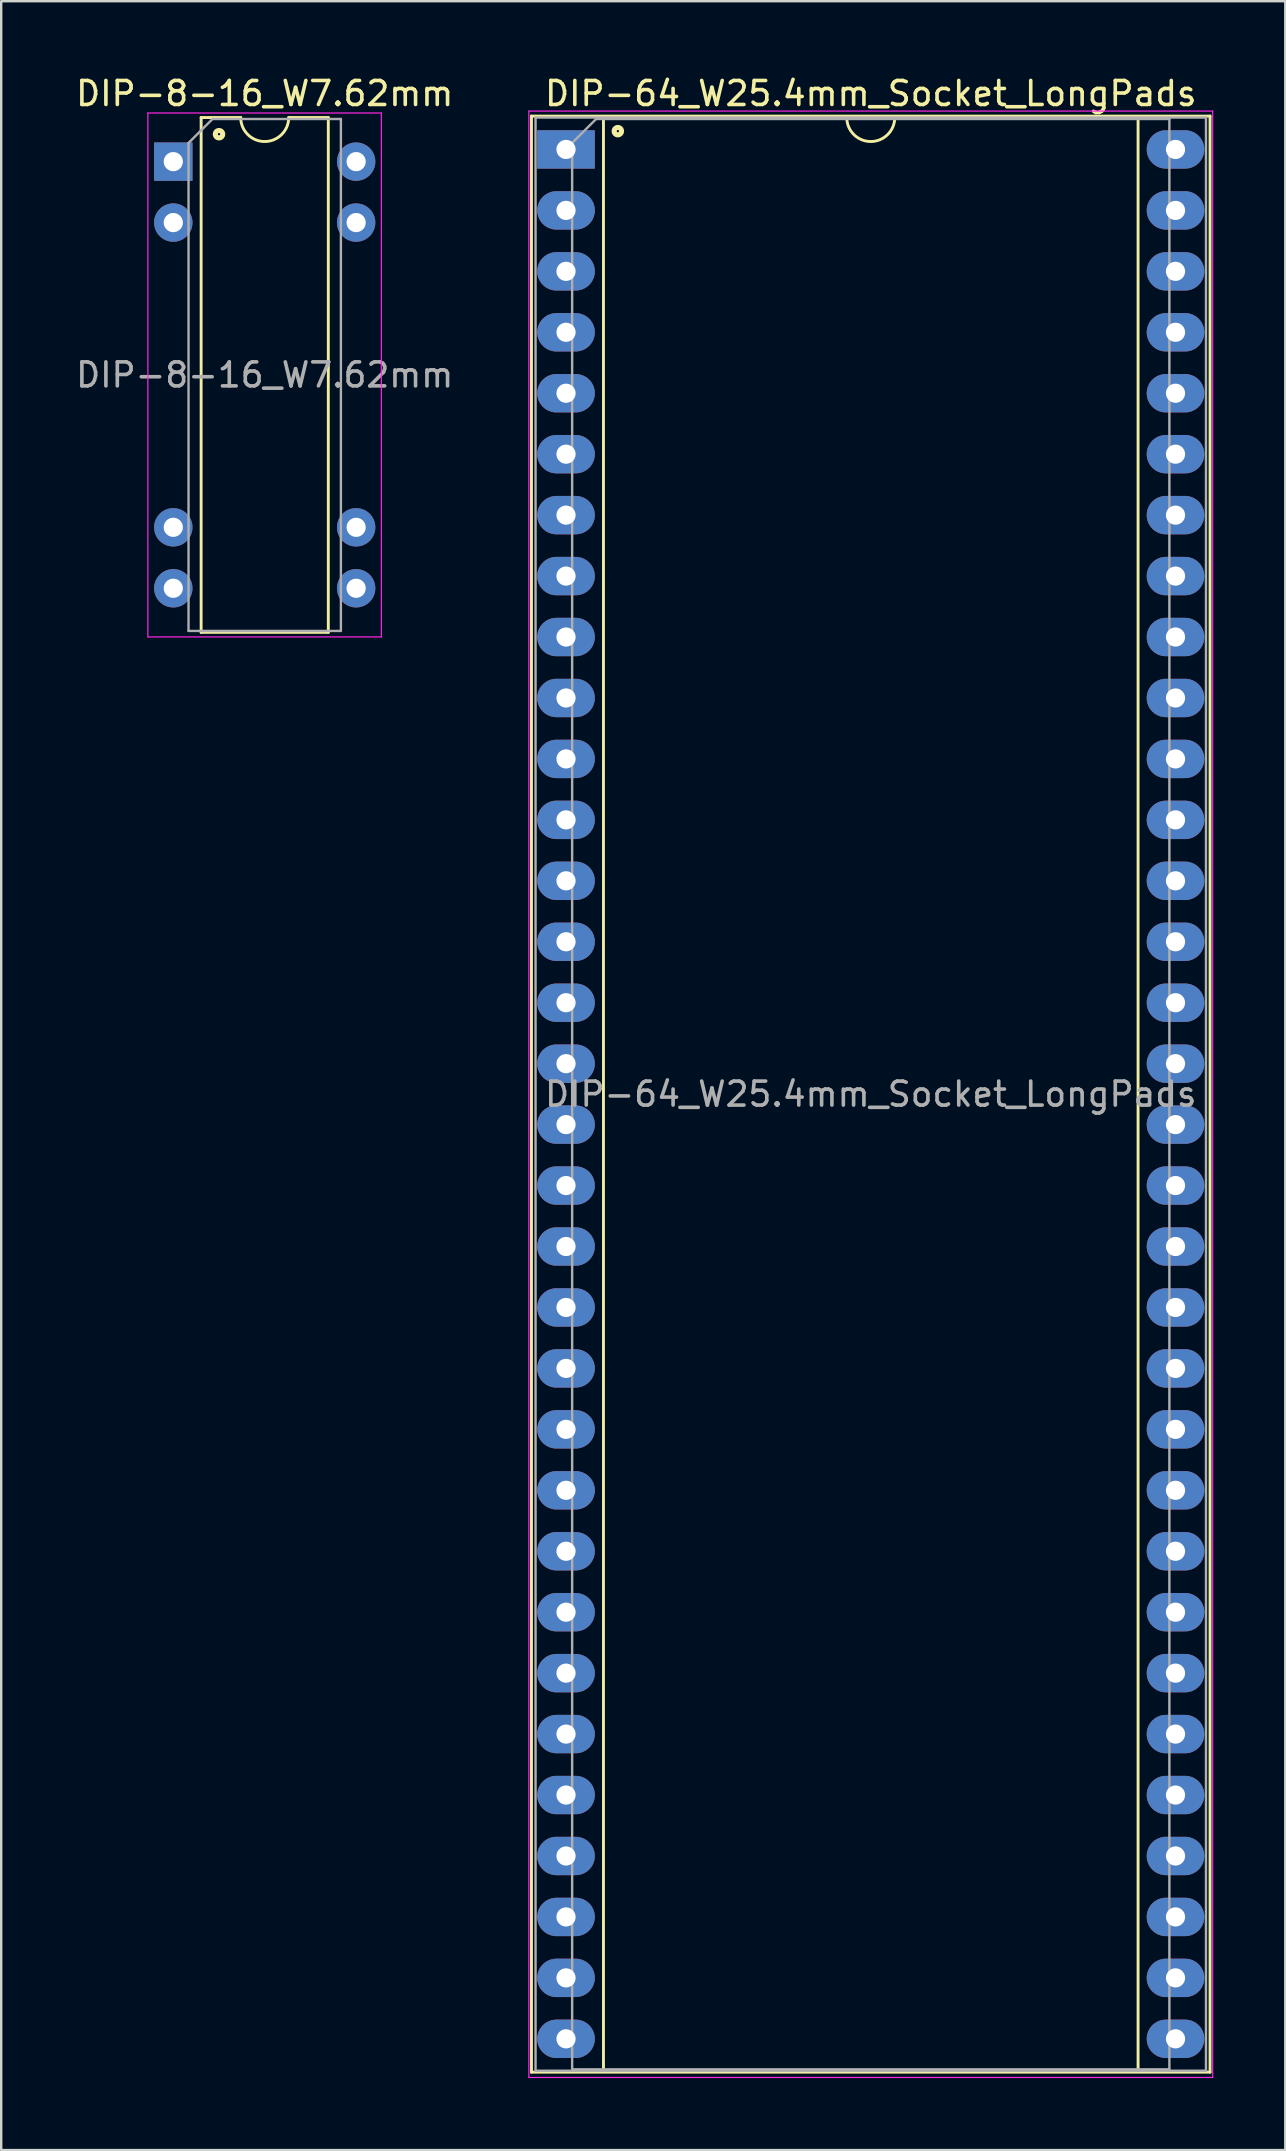
<source format=kicad_pcb>
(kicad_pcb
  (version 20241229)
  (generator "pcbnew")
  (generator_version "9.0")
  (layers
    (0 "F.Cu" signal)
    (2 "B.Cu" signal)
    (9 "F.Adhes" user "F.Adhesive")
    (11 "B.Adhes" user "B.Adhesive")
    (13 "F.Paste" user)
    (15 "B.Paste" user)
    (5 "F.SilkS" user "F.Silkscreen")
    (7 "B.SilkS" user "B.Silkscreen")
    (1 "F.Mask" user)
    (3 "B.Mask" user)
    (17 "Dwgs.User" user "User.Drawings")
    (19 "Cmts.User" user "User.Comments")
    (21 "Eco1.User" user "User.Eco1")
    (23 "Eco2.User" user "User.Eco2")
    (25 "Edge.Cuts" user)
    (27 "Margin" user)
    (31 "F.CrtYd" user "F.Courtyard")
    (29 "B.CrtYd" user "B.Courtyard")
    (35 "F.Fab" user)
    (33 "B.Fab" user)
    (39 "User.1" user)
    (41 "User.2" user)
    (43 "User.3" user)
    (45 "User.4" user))
  (footprint "DIP-8-16_W7.62mm"
    (layer "F.Cu")
    (at 4.172 3.686)
    (property "Reference" "DIP-8-16_W7.62mm" (at 3.81 -2.838 0) (layer "F.SilkS") (effects (font (size 1 1) (thickness 0.15))))
    (attr through_hole)
    (fp_line (start 1.16 -1.838) (end 1.16 19.618) (stroke (width 0.12) (type solid)) (layer "F.SilkS"))
    (fp_line (start 1.16 19.618) (end 6.46 19.618) (stroke (width 0.12) (type solid)) (layer "F.SilkS"))
    (fp_line (start 2.81 -1.838) (end 1.16 -1.838) (stroke (width 0.12) (type solid)) (layer "F.SilkS"))
    (fp_line (start 6.46 -1.838) (end 4.81 -1.838) (stroke (width 0.12) (type solid)) (layer "F.SilkS"))
    (fp_line (start 6.46 19.618) (end 6.46 -1.838) (stroke (width 0.12) (type solid)) (layer "F.SilkS"))
    (fp_arc (start 4.81 -1.838) (mid 3.81 -0.838) (end 2.81 -1.838) (stroke (width 0.12) (type solid)) (layer "F.SilkS"))
    (fp_circle (center 1.905 -1.143) (end 1.955 -1.143) (stroke (width 0.12) (type solid)) (fill no) (layer "F.SilkS"))
    (fp_circle (center 1.905 -1.143) (end 2.03 -1.143) (stroke (width 0.12) (type solid)) (fill no) (layer "F.SilkS"))
    (fp_circle (center 1.905 -1.143) (end 2.105 -1.143) (stroke (width 0.12) (type solid)) (fill no) (layer "F.SilkS"))
    (fp_line (start -1.06 -2.028) (end -1.06 19.808) (stroke (width 0.05) (type solid)) (layer "F.CrtYd"))
    (fp_line (start -1.06 19.808) (end 8.67 19.808) (stroke (width 0.05) (type solid)) (layer "F.CrtYd"))
    (fp_line (start 8.67 -2.028) (end -1.06 -2.028) (stroke (width 0.05) (type solid)) (layer "F.CrtYd"))
    (fp_line (start 8.67 19.808) (end 8.67 -2.028) (stroke (width 0.05) (type solid)) (layer "F.CrtYd"))
    (fp_line (start 0.635 -0.778) (end 1.635 -1.778) (stroke (width 0.1) (type solid)) (layer "F.Fab"))
    (fp_line (start 0.635 19.558) (end 0.635 -0.778) (stroke (width 0.1) (type solid)) (layer "F.Fab"))
    (fp_line (start 1.635 -1.778) (end 6.985 -1.778) (stroke (width 0.1) (type solid)) (layer "F.Fab"))
    (fp_line (start 6.985 -1.778) (end 6.985 19.558) (stroke (width 0.1) (type solid)) (layer "F.Fab"))
    (fp_line (start 6.985 19.558) (end 0.635 19.558) (stroke (width 0.1) (type solid)) (layer "F.Fab"))
    (fp_text user "${REFERENCE}" (at 3.81 8.89 0) (layer "F.Fab") (effects (font (size 1 1) (thickness 0.15))))
    (pad "1" thru_hole rect (at 0 0) (size 1.6 1.6) (drill 0.8) (layers "*.Cu" "*.Mask"))
    (pad "2" thru_hole circle (at 0 2.54) (size 1.6 1.6) (drill 0.8) (layers "*.Cu" "*.Mask"))
    (pad "3" thru_hole circle (at 0 15.24) (size 1.6 1.6) (drill 0.8) (layers "*.Cu" "*.Mask"))
    (pad "4" thru_hole circle (at 0 17.78) (size 1.6 1.6) (drill 0.8) (layers "*.Cu" "*.Mask"))
    (pad "5" thru_hole circle (at 7.62 17.78) (size 1.6 1.6) (drill 0.8) (layers "*.Cu" "*.Mask"))
    (pad "6" thru_hole circle (at 7.62 15.24) (size 1.6 1.6) (drill 0.8) (layers "*.Cu" "*.Mask"))
    (pad "7" thru_hole circle (at 7.62 2.54) (size 1.6 1.6) (drill 0.8) (layers "*.Cu" "*.Mask"))
    (pad "8" thru_hole circle (at 7.62 0) (size 1.6 1.6) (drill 0.8) (layers "*.Cu" "*.Mask")))
  (footprint "DIP-64_W25.4mm_Socket_LongPads"
    (layer "F.Cu")
    (at 20.539 3.178)
    (property "Reference" "DIP-64_W25.4mm_Socket_LongPads" (at 12.7 -2.33 0) (layer "F.SilkS") (effects (font (size 1 1) (thickness 0.15))))
    (attr through_hole)
    (fp_line (start -1.44 -1.39) (end -1.44 80.13) (stroke (width 0.12) (type solid)) (layer "F.SilkS"))
    (fp_line (start -1.44 80.13) (end 26.84 80.13) (stroke (width 0.12) (type solid)) (layer "F.SilkS"))
    (fp_line (start 1.56 -1.33) (end 1.56 80.07) (stroke (width 0.12) (type solid)) (layer "F.SilkS"))
    (fp_line (start 1.56 80.07) (end 23.84 80.07) (stroke (width 0.12) (type solid)) (layer "F.SilkS"))
    (fp_line (start 11.7 -1.33) (end 1.56 -1.33) (stroke (width 0.12) (type solid)) (layer "F.SilkS"))
    (fp_line (start 23.84 -1.33) (end 13.7 -1.33) (stroke (width 0.12) (type solid)) (layer "F.SilkS"))
    (fp_line (start 23.84 80.07) (end 23.84 -1.33) (stroke (width 0.12) (type solid)) (layer "F.SilkS"))
    (fp_line (start 26.84 -1.39) (end -1.44 -1.39) (stroke (width 0.12) (type solid)) (layer "F.SilkS"))
    (fp_line (start 26.84 80.13) (end 26.84 -1.39) (stroke (width 0.12) (type solid)) (layer "F.SilkS"))
    (fp_arc (start 13.7 -1.33) (mid 12.7 -0.33) (end 11.7 -1.33) (stroke (width 0.12) (type solid)) (layer "F.SilkS"))
    (fp_circle (center 2.159 -0.762) (end 2.209 -0.762) (stroke (width 0.12) (type solid)) (fill no) (layer "F.SilkS"))
    (fp_circle (center 2.159 -0.762) (end 2.284 -0.762) (stroke (width 0.12) (type solid)) (fill no) (layer "F.SilkS"))
    (fp_circle (center 2.159 -0.762) (end 2.359 -0.762) (stroke (width 0.12) (type solid)) (fill no) (layer "F.SilkS"))
    (fp_line (start -1.55 -1.6) (end -1.55 80.35) (stroke (width 0.05) (type solid)) (layer "F.CrtYd"))
    (fp_line (start -1.55 80.35) (end 26.95 80.35) (stroke (width 0.05) (type solid)) (layer "F.CrtYd"))
    (fp_line (start 26.95 -1.6) (end -1.55 -1.6) (stroke (width 0.05) (type solid)) (layer "F.CrtYd"))
    (fp_line (start 26.95 80.35) (end 26.95 -1.6) (stroke (width 0.05) (type solid)) (layer "F.CrtYd"))
    (fp_line (start -1.27 -1.33) (end -1.27 80.07) (stroke (width 0.1) (type solid)) (layer "F.Fab"))
    (fp_line (start -1.27 80.07) (end 26.67 80.07) (stroke (width 0.1) (type solid)) (layer "F.Fab"))
    (fp_line (start 0.255 -0.27) (end 1.255 -1.27) (stroke (width 0.1) (type solid)) (layer "F.Fab"))
    (fp_line (start 0.255 80.01) (end 0.255 -0.27) (stroke (width 0.1) (type solid)) (layer "F.Fab"))
    (fp_line (start 1.255 -1.27) (end 25.145 -1.27) (stroke (width 0.1) (type solid)) (layer "F.Fab"))
    (fp_line (start 25.145 -1.27) (end 25.145 80.01) (stroke (width 0.1) (type solid)) (layer "F.Fab"))
    (fp_line (start 25.145 80.01) (end 0.255 80.01) (stroke (width 0.1) (type solid)) (layer "F.Fab"))
    (fp_line (start 26.67 -1.33) (end -1.27 -1.33) (stroke (width 0.1) (type solid)) (layer "F.Fab"))
    (fp_line (start 26.67 80.07) (end 26.67 -1.33) (stroke (width 0.1) (type solid)) (layer "F.Fab"))
    (fp_text user "${REFERENCE}" (at 12.7 39.37 0) (layer "F.Fab") (effects (font (size 1 1) (thickness 0.15))))
    (pad "1" thru_hole rect (at 0 0) (size 2.4 1.6) (drill 0.8) (layers "*.Cu" "*.Mask"))
    (pad "2" thru_hole oval (at 0 2.54) (size 2.4 1.6) (drill 0.8) (layers "*.Cu" "*.Mask"))
    (pad "3" thru_hole oval (at 0 5.08) (size 2.4 1.6) (drill 0.8) (layers "*.Cu" "*.Mask"))
    (pad "4" thru_hole oval (at 0 7.62) (size 2.4 1.6) (drill 0.8) (layers "*.Cu" "*.Mask"))
    (pad "5" thru_hole oval (at 0 10.16) (size 2.4 1.6) (drill 0.8) (layers "*.Cu" "*.Mask"))
    (pad "6" thru_hole oval (at 0 12.7) (size 2.4 1.6) (drill 0.8) (layers "*.Cu" "*.Mask"))
    (pad "7" thru_hole oval (at 0 15.24) (size 2.4 1.6) (drill 0.8) (layers "*.Cu" "*.Mask"))
    (pad "8" thru_hole oval (at 0 17.78) (size 2.4 1.6) (drill 0.8) (layers "*.Cu" "*.Mask"))
    (pad "9" thru_hole oval (at 0 20.32) (size 2.4 1.6) (drill 0.8) (layers "*.Cu" "*.Mask"))
    (pad "10" thru_hole oval (at 0 22.86) (size 2.4 1.6) (drill 0.8) (layers "*.Cu" "*.Mask"))
    (pad "11" thru_hole oval (at 0 25.4) (size 2.4 1.6) (drill 0.8) (layers "*.Cu" "*.Mask"))
    (pad "12" thru_hole oval (at 0 27.94) (size 2.4 1.6) (drill 0.8) (layers "*.Cu" "*.Mask"))
    (pad "13" thru_hole oval (at 0 30.48) (size 2.4 1.6) (drill 0.8) (layers "*.Cu" "*.Mask"))
    (pad "14" thru_hole oval (at 0 33.02) (size 2.4 1.6) (drill 0.8) (layers "*.Cu" "*.Mask"))
    (pad "15" thru_hole oval (at 0 35.56) (size 2.4 1.6) (drill 0.8) (layers "*.Cu" "*.Mask"))
    (pad "16" thru_hole oval (at 0 38.1) (size 2.4 1.6) (drill 0.8) (layers "*.Cu" "*.Mask"))
    (pad "17" thru_hole oval (at 0 40.64) (size 2.4 1.6) (drill 0.8) (layers "*.Cu" "*.Mask"))
    (pad "18" thru_hole oval (at 0 43.18) (size 2.4 1.6) (drill 0.8) (layers "*.Cu" "*.Mask"))
    (pad "19" thru_hole oval (at 0 45.72) (size 2.4 1.6) (drill 0.8) (layers "*.Cu" "*.Mask"))
    (pad "20" thru_hole oval (at 0 48.26) (size 2.4 1.6) (drill 0.8) (layers "*.Cu" "*.Mask"))
    (pad "21" thru_hole oval (at 0 50.8) (size 2.4 1.6) (drill 0.8) (layers "*.Cu" "*.Mask"))
    (pad "22" thru_hole oval (at 0 53.34) (size 2.4 1.6) (drill 0.8) (layers "*.Cu" "*.Mask"))
    (pad "23" thru_hole oval (at 0 55.88) (size 2.4 1.6) (drill 0.8) (layers "*.Cu" "*.Mask"))
    (pad "24" thru_hole oval (at 0 58.42) (size 2.4 1.6) (drill 0.8) (layers "*.Cu" "*.Mask"))
    (pad "25" thru_hole oval (at 0 60.96) (size 2.4 1.6) (drill 0.8) (layers "*.Cu" "*.Mask"))
    (pad "26" thru_hole oval (at 0 63.5) (size 2.4 1.6) (drill 0.8) (layers "*.Cu" "*.Mask"))
    (pad "27" thru_hole oval (at 0 66.04) (size 2.4 1.6) (drill 0.8) (layers "*.Cu" "*.Mask"))
    (pad "28" thru_hole oval (at 0 68.58) (size 2.4 1.6) (drill 0.8) (layers "*.Cu" "*.Mask"))
    (pad "29" thru_hole oval (at 0 71.12) (size 2.4 1.6) (drill 0.8) (layers "*.Cu" "*.Mask"))
    (pad "30" thru_hole oval (at 0 73.66) (size 2.4 1.6) (drill 0.8) (layers "*.Cu" "*.Mask"))
    (pad "31" thru_hole oval (at 0 76.2) (size 2.4 1.6) (drill 0.8) (layers "*.Cu" "*.Mask"))
    (pad "32" thru_hole oval (at 0 78.74) (size 2.4 1.6) (drill 0.8) (layers "*.Cu" "*.Mask"))
    (pad "33" thru_hole oval (at 25.4 78.74) (size 2.4 1.6) (drill 0.8) (layers "*.Cu" "*.Mask"))
    (pad "34" thru_hole oval (at 25.4 76.2) (size 2.4 1.6) (drill 0.8) (layers "*.Cu" "*.Mask"))
    (pad "35" thru_hole oval (at 25.4 73.66) (size 2.4 1.6) (drill 0.8) (layers "*.Cu" "*.Mask"))
    (pad "36" thru_hole oval (at 25.4 71.12) (size 2.4 1.6) (drill 0.8) (layers "*.Cu" "*.Mask"))
    (pad "37" thru_hole oval (at 25.4 68.58) (size 2.4 1.6) (drill 0.8) (layers "*.Cu" "*.Mask"))
    (pad "38" thru_hole oval (at 25.4 66.04) (size 2.4 1.6) (drill 0.8) (layers "*.Cu" "*.Mask"))
    (pad "39" thru_hole oval (at 25.4 63.5) (size 2.4 1.6) (drill 0.8) (layers "*.Cu" "*.Mask"))
    (pad "40" thru_hole oval (at 25.4 60.96) (size 2.4 1.6) (drill 0.8) (layers "*.Cu" "*.Mask"))
    (pad "41" thru_hole oval (at 25.4 58.42) (size 2.4 1.6) (drill 0.8) (layers "*.Cu" "*.Mask"))
    (pad "42" thru_hole oval (at 25.4 55.88) (size 2.4 1.6) (drill 0.8) (layers "*.Cu" "*.Mask"))
    (pad "43" thru_hole oval (at 25.4 53.34) (size 2.4 1.6) (drill 0.8) (layers "*.Cu" "*.Mask"))
    (pad "44" thru_hole oval (at 25.4 50.8) (size 2.4 1.6) (drill 0.8) (layers "*.Cu" "*.Mask"))
    (pad "45" thru_hole oval (at 25.4 48.26) (size 2.4 1.6) (drill 0.8) (layers "*.Cu" "*.Mask"))
    (pad "46" thru_hole oval (at 25.4 45.72) (size 2.4 1.6) (drill 0.8) (layers "*.Cu" "*.Mask"))
    (pad "47" thru_hole oval (at 25.4 43.18) (size 2.4 1.6) (drill 0.8) (layers "*.Cu" "*.Mask"))
    (pad "48" thru_hole oval (at 25.4 40.64) (size 2.4 1.6) (drill 0.8) (layers "*.Cu" "*.Mask"))
    (pad "49" thru_hole oval (at 25.4 38.1) (size 2.4 1.6) (drill 0.8) (layers "*.Cu" "*.Mask"))
    (pad "50" thru_hole oval (at 25.4 35.56) (size 2.4 1.6) (drill 0.8) (layers "*.Cu" "*.Mask"))
    (pad "51" thru_hole oval (at 25.4 33.02) (size 2.4 1.6) (drill 0.8) (layers "*.Cu" "*.Mask"))
    (pad "52" thru_hole oval (at 25.4 30.48) (size 2.4 1.6) (drill 0.8) (layers "*.Cu" "*.Mask"))
    (pad "53" thru_hole oval (at 25.4 27.94) (size 2.4 1.6) (drill 0.8) (layers "*.Cu" "*.Mask"))
    (pad "54" thru_hole oval (at 25.4 25.4) (size 2.4 1.6) (drill 0.8) (layers "*.Cu" "*.Mask"))
    (pad "55" thru_hole oval (at 25.4 22.86) (size 2.4 1.6) (drill 0.8) (layers "*.Cu" "*.Mask"))
    (pad "56" thru_hole oval (at 25.4 20.32) (size 2.4 1.6) (drill 0.8) (layers "*.Cu" "*.Mask"))
    (pad "57" thru_hole oval (at 25.4 17.78) (size 2.4 1.6) (drill 0.8) (layers "*.Cu" "*.Mask"))
    (pad "58" thru_hole oval (at 25.4 15.24) (size 2.4 1.6) (drill 0.8) (layers "*.Cu" "*.Mask"))
    (pad "59" thru_hole oval (at 25.4 12.7) (size 2.4 1.6) (drill 0.8) (layers "*.Cu" "*.Mask"))
    (pad "60" thru_hole oval (at 25.4 10.16) (size 2.4 1.6) (drill 0.8) (layers "*.Cu" "*.Mask"))
    (pad "61" thru_hole oval (at 25.4 7.62) (size 2.4 1.6) (drill 0.8) (layers "*.Cu" "*.Mask"))
    (pad "62" thru_hole oval (at 25.4 5.08) (size 2.4 1.6) (drill 0.8) (layers "*.Cu" "*.Mask"))
    (pad "63" thru_hole oval (at 25.4 2.54) (size 2.4 1.6) (drill 0.8) (layers "*.Cu" "*.Mask"))
    (pad "64" thru_hole oval (at 25.4 0) (size 2.4 1.6) (drill 0.8) (layers "*.Cu" "*.Mask")))
  (gr_rect
    (start -3 -3)
    (end 50.514 86.553)
    (stroke (width 0.1) (type default))
    (fill no)
    (layer "Edge.Cuts")))
</source>
